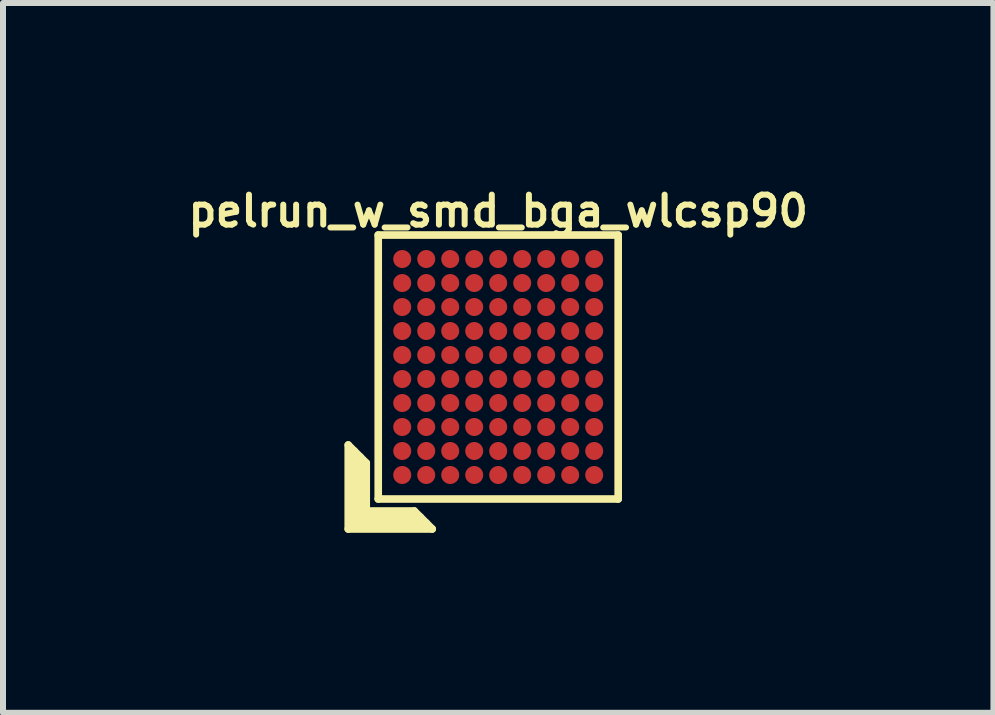
<source format=kicad_pcb>
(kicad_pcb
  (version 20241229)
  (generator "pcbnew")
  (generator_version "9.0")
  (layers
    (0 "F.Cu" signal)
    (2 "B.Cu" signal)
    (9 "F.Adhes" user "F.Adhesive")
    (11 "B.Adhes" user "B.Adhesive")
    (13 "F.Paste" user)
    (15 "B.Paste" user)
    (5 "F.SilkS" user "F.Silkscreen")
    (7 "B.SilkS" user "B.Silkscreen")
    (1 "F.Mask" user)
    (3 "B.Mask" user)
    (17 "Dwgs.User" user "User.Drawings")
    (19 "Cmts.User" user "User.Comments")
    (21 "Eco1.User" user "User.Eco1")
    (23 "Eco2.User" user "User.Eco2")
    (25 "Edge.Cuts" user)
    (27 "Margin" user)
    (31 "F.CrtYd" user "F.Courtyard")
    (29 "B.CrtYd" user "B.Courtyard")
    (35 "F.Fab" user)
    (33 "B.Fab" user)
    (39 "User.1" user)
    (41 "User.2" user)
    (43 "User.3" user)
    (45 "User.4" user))
  (footprint "pelrun_w_smd_bga_wlcsp90"
    (layer "F.Cu")
    (at 5.255 3.068)
    (property "Reference" "pelrun_w_smd_bga_wlcsp90" (at 0 -2.6 0) (layer "F.SilkS") (effects (font (size 0.5 0.5) (thickness 0.1))))
    (attr through_hole)
    (fp_line (start -2.5 1.3) (end -2.2 1.6) (stroke (width 0.127) (type solid)) (layer "F.SilkS"))
    (fp_line (start -2.5 2.7) (end -2.5 1.3) (stroke (width 0.127) (type solid)) (layer "F.SilkS"))
    (fp_line (start -2.4 2.6) (end -2.4 1.4) (stroke (width 0.127) (type solid)) (layer "F.SilkS"))
    (fp_line (start -2.3 1.5) (end -2.3 2.5) (stroke (width 0.127) (type solid)) (layer "F.SilkS"))
    (fp_line (start -2.3 2.5) (end -1.3 2.5) (stroke (width 0.127) (type solid)) (layer "F.SilkS"))
    (fp_line (start -2.2 1.6) (end -2.2 2.4) (stroke (width 0.127) (type solid)) (layer "F.SilkS"))
    (fp_line (start -2.2 2.4) (end -1.4 2.4) (stroke (width 0.127) (type solid)) (layer "F.SilkS"))
    (fp_line (start -2 -2.2) (end 2 -2.2) (stroke (width 0.127) (type solid)) (layer "F.SilkS"))
    (fp_line (start -2 2.2) (end -2 -2.2) (stroke (width 0.127) (type solid)) (layer "F.SilkS"))
    (fp_line (start -1.4 2.4) (end -1.1 2.7) (stroke (width 0.127) (type solid)) (layer "F.SilkS"))
    (fp_line (start -1.2 2.6) (end -2.4 2.6) (stroke (width 0.127) (type solid)) (layer "F.SilkS"))
    (fp_line (start -1.1 2.7) (end -2.5 2.7) (stroke (width 0.127) (type solid)) (layer "F.SilkS"))
    (fp_line (start 2 -2.2) (end 2 2.2) (stroke (width 0.127) (type solid)) (layer "F.SilkS"))
    (fp_line (start 2 2.2) (end -2 2.2) (stroke (width 0.127) (type solid)) (layer "F.SilkS"))
    (pad "A1" smd circle (at -1.6 1.8) (size 0.3 0.3) (layers "F.Cu" "F.Mask" "F.Paste"))
    (pad "A2" smd circle (at -1.6 1.4) (size 0.3 0.3) (layers "F.Cu" "F.Mask" "F.Paste"))
    (pad "A3" smd circle (at -1.6 1) (size 0.3 0.3) (layers "F.Cu" "F.Mask" "F.Paste"))
    (pad "A4" smd circle (at -1.6 0.6) (size 0.3 0.3) (layers "F.Cu" "F.Mask" "F.Paste"))
    (pad "A5" smd circle (at -1.6 0.2) (size 0.3 0.3) (layers "F.Cu" "F.Mask" "F.Paste"))
    (pad "A6" smd circle (at -1.6 -0.2) (size 0.3 0.3) (layers "F.Cu" "F.Mask" "F.Paste"))
    (pad "A7" smd circle (at -1.6 -0.6) (size 0.3 0.3) (layers "F.Cu" "F.Mask" "F.Paste"))
    (pad "A8" smd circle (at -1.6 -1) (size 0.3 0.3) (layers "F.Cu" "F.Mask" "F.Paste"))
    (pad "A9" smd circle (at -1.6 -1.4) (size 0.3 0.3) (layers "F.Cu" "F.Mask" "F.Paste"))
    (pad "A10" smd circle (at -1.6 -1.8) (size 0.3 0.3) (layers "F.Cu" "F.Mask" "F.Paste"))
    (pad "B1" smd circle (at -1.2 1.8) (size 0.3 0.3) (layers "F.Cu" "F.Mask" "F.Paste"))
    (pad "B2" smd circle (at -1.2 1.4) (size 0.3 0.3) (layers "F.Cu" "F.Mask" "F.Paste"))
    (pad "B3" smd circle (at -1.2 1) (size 0.3 0.3) (layers "F.Cu" "F.Mask" "F.Paste"))
    (pad "B4" smd circle (at -1.2 0.6) (size 0.3 0.3) (layers "F.Cu" "F.Mask" "F.Paste"))
    (pad "B5" smd circle (at -1.2 0.2) (size 0.3 0.3) (layers "F.Cu" "F.Mask" "F.Paste"))
    (pad "B6" smd circle (at -1.2 -0.2) (size 0.3 0.3) (layers "F.Cu" "F.Mask" "F.Paste"))
    (pad "B7" smd circle (at -1.2 -0.6) (size 0.3 0.3) (layers "F.Cu" "F.Mask" "F.Paste"))
    (pad "B8" smd circle (at -1.2 -1) (size 0.3 0.3) (layers "F.Cu" "F.Mask" "F.Paste"))
    (pad "B9" smd circle (at -1.2 -1.4) (size 0.3 0.3) (layers "F.Cu" "F.Mask" "F.Paste"))
    (pad "B10" smd circle (at -1.2 -1.8) (size 0.3 0.3) (layers "F.Cu" "F.Mask" "F.Paste"))
    (pad "C1" smd circle (at -0.8 1.8) (size 0.3 0.3) (layers "F.Cu" "F.Mask" "F.Paste"))
    (pad "C2" smd circle (at -0.8 1.4) (size 0.3 0.3) (layers "F.Cu" "F.Mask" "F.Paste"))
    (pad "C3" smd circle (at -0.8 1) (size 0.3 0.3) (layers "F.Cu" "F.Mask" "F.Paste"))
    (pad "C4" smd circle (at -0.8 0.6) (size 0.3 0.3) (layers "F.Cu" "F.Mask" "F.Paste"))
    (pad "C5" smd circle (at -0.8 0.2) (size 0.3 0.3) (layers "F.Cu" "F.Mask" "F.Paste"))
    (pad "C6" smd circle (at -0.8 -0.2) (size 0.3 0.3) (layers "F.Cu" "F.Mask" "F.Paste"))
    (pad "C7" smd circle (at -0.8 -0.6) (size 0.3 0.3) (layers "F.Cu" "F.Mask" "F.Paste"))
    (pad "C8" smd circle (at -0.8 -1) (size 0.3 0.3) (layers "F.Cu" "F.Mask" "F.Paste"))
    (pad "C9" smd circle (at -0.8 -1.4) (size 0.3 0.3) (layers "F.Cu" "F.Mask" "F.Paste"))
    (pad "C10" smd circle (at -0.8 -1.8) (size 0.3 0.3) (layers "F.Cu" "F.Mask" "F.Paste"))
    (pad "D1" smd circle (at -0.4 1.8) (size 0.3 0.3) (layers "F.Cu" "F.Mask" "F.Paste"))
    (pad "D2" smd circle (at -0.4 1.4) (size 0.3 0.3) (layers "F.Cu" "F.Mask" "F.Paste"))
    (pad "D3" smd circle (at -0.4 1) (size 0.3 0.3) (layers "F.Cu" "F.Mask" "F.Paste"))
    (pad "D4" smd circle (at -0.4 0.6) (size 0.3 0.3) (layers "F.Cu" "F.Mask" "F.Paste"))
    (pad "D5" smd circle (at -0.4 0.2) (size 0.3 0.3) (layers "F.Cu" "F.Mask" "F.Paste"))
    (pad "D6" smd circle (at -0.4 -0.2) (size 0.3 0.3) (layers "F.Cu" "F.Mask" "F.Paste"))
    (pad "D7" smd circle (at -0.4 -0.6) (size 0.3 0.3) (layers "F.Cu" "F.Mask" "F.Paste"))
    (pad "D8" smd circle (at -0.4 -1) (size 0.3 0.3) (layers "F.Cu" "F.Mask" "F.Paste"))
    (pad "D9" smd circle (at -0.4 -1.4) (size 0.3 0.3) (layers "F.Cu" "F.Mask" "F.Paste"))
    (pad "D10" smd circle (at -0.4 -1.8) (size 0.3 0.3) (layers "F.Cu" "F.Mask" "F.Paste"))
    (pad "E1" smd circle (at 0 1.8) (size 0.3 0.3) (layers "F.Cu" "F.Mask" "F.Paste"))
    (pad "E2" smd circle (at 0 1.4) (size 0.3 0.3) (layers "F.Cu" "F.Mask" "F.Paste"))
    (pad "E3" smd circle (at 0 1) (size 0.3 0.3) (layers "F.Cu" "F.Mask" "F.Paste"))
    (pad "E4" smd circle (at 0 0.6) (size 0.3 0.3) (layers "F.Cu" "F.Mask" "F.Paste"))
    (pad "E5" smd circle (at 0 0.2) (size 0.3 0.3) (layers "F.Cu" "F.Mask" "F.Paste"))
    (pad "E6" smd circle (at 0 -0.2) (size 0.3 0.3) (layers "F.Cu" "F.Mask" "F.Paste"))
    (pad "E7" smd circle (at 0 -0.6) (size 0.3 0.3) (layers "F.Cu" "F.Mask" "F.Paste"))
    (pad "E8" smd circle (at 0 -1) (size 0.3 0.3) (layers "F.Cu" "F.Mask" "F.Paste"))
    (pad "E9" smd circle (at 0 -1.4) (size 0.3 0.3) (layers "F.Cu" "F.Mask" "F.Paste"))
    (pad "E10" smd circle (at 0 -1.8) (size 0.3 0.3) (layers "F.Cu" "F.Mask" "F.Paste"))
    (pad "F1" smd circle (at 0.4 1.8) (size 0.3 0.3) (layers "F.Cu" "F.Mask" "F.Paste"))
    (pad "F2" smd circle (at 0.4 1.4) (size 0.3 0.3) (layers "F.Cu" "F.Mask" "F.Paste"))
    (pad "F3" smd circle (at 0.4 1) (size 0.3 0.3) (layers "F.Cu" "F.Mask" "F.Paste"))
    (pad "F4" smd circle (at 0.4 0.6) (size 0.3 0.3) (layers "F.Cu" "F.Mask" "F.Paste"))
    (pad "F5" smd circle (at 0.4 0.2) (size 0.3 0.3) (layers "F.Cu" "F.Mask" "F.Paste"))
    (pad "F6" smd circle (at 0.4 -0.2) (size 0.3 0.3) (layers "F.Cu" "F.Mask" "F.Paste"))
    (pad "F7" smd circle (at 0.4 -0.6) (size 0.3 0.3) (layers "F.Cu" "F.Mask" "F.Paste"))
    (pad "F8" smd circle (at 0.4 -1) (size 0.3 0.3) (layers "F.Cu" "F.Mask" "F.Paste"))
    (pad "F9" smd circle (at 0.4 -1.4) (size 0.3 0.3) (layers "F.Cu" "F.Mask" "F.Paste"))
    (pad "F10" smd circle (at 0.4 -1.8) (size 0.3 0.3) (layers "F.Cu" "F.Mask" "F.Paste"))
    (pad "G1" smd circle (at 0.8 1.8) (size 0.3 0.3) (layers "F.Cu" "F.Mask" "F.Paste"))
    (pad "G2" smd circle (at 0.8 1.4) (size 0.3 0.3) (layers "F.Cu" "F.Mask" "F.Paste"))
    (pad "G3" smd circle (at 0.8 1) (size 0.3 0.3) (layers "F.Cu" "F.Mask" "F.Paste"))
    (pad "G4" smd circle (at 0.8 0.6) (size 0.3 0.3) (layers "F.Cu" "F.Mask" "F.Paste"))
    (pad "G5" smd circle (at 0.8 0.2) (size 0.3 0.3) (layers "F.Cu" "F.Mask" "F.Paste"))
    (pad "G6" smd circle (at 0.8 -0.2) (size 0.3 0.3) (layers "F.Cu" "F.Mask" "F.Paste"))
    (pad "G7" smd circle (at 0.8 -0.6) (size 0.3 0.3) (layers "F.Cu" "F.Mask" "F.Paste"))
    (pad "G8" smd circle (at 0.8 -1) (size 0.3 0.3) (layers "F.Cu" "F.Mask" "F.Paste"))
    (pad "G9" smd circle (at 0.8 -1.4) (size 0.3 0.3) (layers "F.Cu" "F.Mask" "F.Paste"))
    (pad "G10" smd circle (at 0.8 -1.8) (size 0.3 0.3) (layers "F.Cu" "F.Mask" "F.Paste"))
    (pad "H1" smd circle (at 1.2 1.8) (size 0.3 0.3) (layers "F.Cu" "F.Mask" "F.Paste"))
    (pad "H2" smd circle (at 1.2 1.4) (size 0.3 0.3) (layers "F.Cu" "F.Mask" "F.Paste"))
    (pad "H3" smd circle (at 1.2 1) (size 0.3 0.3) (layers "F.Cu" "F.Mask" "F.Paste"))
    (pad "H4" smd circle (at 1.2 0.6) (size 0.3 0.3) (layers "F.Cu" "F.Mask" "F.Paste"))
    (pad "H5" smd circle (at 1.2 0.2) (size 0.3 0.3) (layers "F.Cu" "F.Mask" "F.Paste"))
    (pad "H6" smd circle (at 1.2 -0.2) (size 0.3 0.3) (layers "F.Cu" "F.Mask" "F.Paste"))
    (pad "H7" smd circle (at 1.2 -0.6) (size 0.3 0.3) (layers "F.Cu" "F.Mask" "F.Paste"))
    (pad "H8" smd circle (at 1.2 -1) (size 0.3 0.3) (layers "F.Cu" "F.Mask" "F.Paste"))
    (pad "H9" smd circle (at 1.2 -1.4) (size 0.3 0.3) (layers "F.Cu" "F.Mask" "F.Paste"))
    (pad "H10" smd circle (at 1.2 -1.8) (size 0.3 0.3) (layers "F.Cu" "F.Mask" "F.Paste"))
    (pad "J1" smd circle (at 1.6 1.8) (size 0.3 0.3) (layers "F.Cu" "F.Mask" "F.Paste"))
    (pad "J2" smd circle (at 1.6 1.4) (size 0.3 0.3) (layers "F.Cu" "F.Mask" "F.Paste"))
    (pad "J3" smd circle (at 1.6 1) (size 0.3 0.3) (layers "F.Cu" "F.Mask" "F.Paste"))
    (pad "J4" smd circle (at 1.6 0.6) (size 0.3 0.3) (layers "F.Cu" "F.Mask" "F.Paste"))
    (pad "J5" smd circle (at 1.6 0.2) (size 0.3 0.3) (layers "F.Cu" "F.Mask" "F.Paste"))
    (pad "J6" smd circle (at 1.6 -0.2) (size 0.3 0.3) (layers "F.Cu" "F.Mask" "F.Paste"))
    (pad "J7" smd circle (at 1.6 -0.6) (size 0.3 0.3) (layers "F.Cu" "F.Mask" "F.Paste"))
    (pad "J8" smd circle (at 1.6 -1) (size 0.3 0.3) (layers "F.Cu" "F.Mask" "F.Paste"))
    (pad "J9" smd circle (at 1.6 -1.4) (size 0.3 0.3) (layers "F.Cu" "F.Mask" "F.Paste"))
    (pad "J10" smd circle (at 1.6 -1.8) (size 0.3 0.3) (layers "F.Cu" "F.Mask" "F.Paste")))
  (gr_rect
    (start -3 -3)
    (end 13.51 8.832)
    (stroke (width 0.1) (type default))
    (fill no)
    (layer "Edge.Cuts")))
</source>
